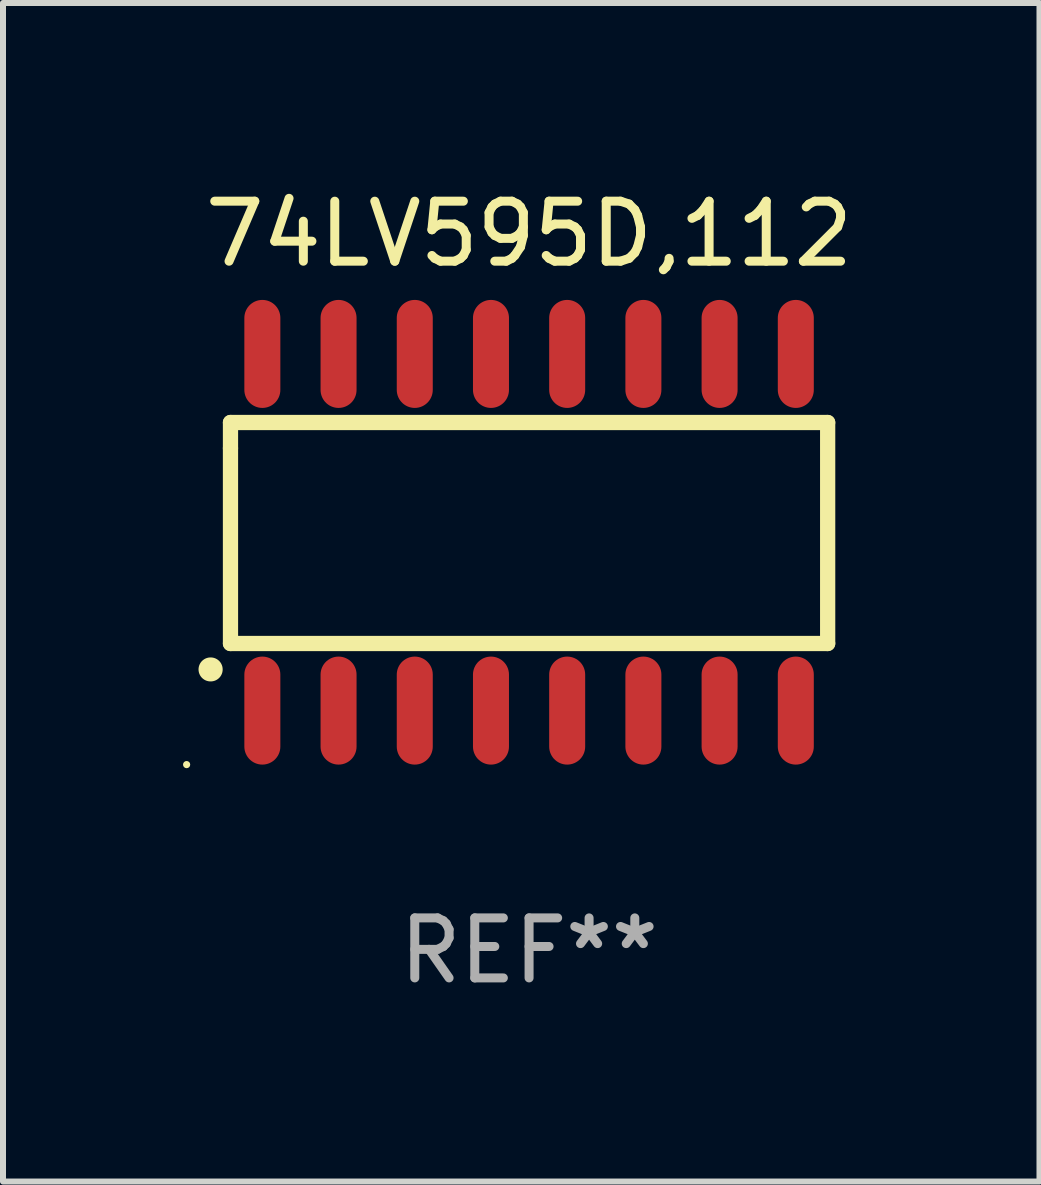
<source format=kicad_pcb>
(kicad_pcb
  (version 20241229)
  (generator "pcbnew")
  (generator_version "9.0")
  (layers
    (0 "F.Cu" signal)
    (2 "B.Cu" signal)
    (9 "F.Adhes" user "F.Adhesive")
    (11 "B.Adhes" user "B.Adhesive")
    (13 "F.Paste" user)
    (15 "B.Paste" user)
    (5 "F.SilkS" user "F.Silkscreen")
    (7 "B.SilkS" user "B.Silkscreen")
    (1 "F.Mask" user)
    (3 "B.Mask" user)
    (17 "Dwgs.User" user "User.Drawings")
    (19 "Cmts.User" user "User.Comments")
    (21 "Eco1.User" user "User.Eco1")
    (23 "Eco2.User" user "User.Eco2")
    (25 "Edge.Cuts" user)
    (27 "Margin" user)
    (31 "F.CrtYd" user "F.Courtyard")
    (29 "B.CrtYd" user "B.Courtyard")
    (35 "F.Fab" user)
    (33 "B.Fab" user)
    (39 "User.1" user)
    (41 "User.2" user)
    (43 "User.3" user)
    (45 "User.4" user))
  (footprint "74LV595D,112"
    (layer "F.Cu")
    (at 5.767 5.82)
    (property "Reference" "74LV595D,112" (at 0 -4.972 0) (layer "F.SilkS") (effects (font (size 1 1) (thickness 0.15))))
    (attr through_hole)
    (fp_line (start -4.976 -1.829) (end -4.976 -1.4) (stroke (width 0.254) (type solid)) (layer "F.SilkS"))
    (fp_line (start -4.976 -1.4) (end -4.976 1.854) (stroke (width 0.254) (type solid)) (layer "F.SilkS"))
    (fp_line (start -4.976 1.854) (end 4.976 1.854) (stroke (width 0.254) (type solid)) (layer "F.SilkS"))
    (fp_line (start 4.976 -1.829) (end -4.976 -1.829) (stroke (width 0.254) (type solid)) (layer "F.SilkS"))
    (fp_line (start 4.976 1.854) (end 4.976 -1.829) (stroke (width 0.254) (type solid)) (layer "F.SilkS"))
    (fp_arc (start -5.308611 2.286005) (mid -5.307341 2.286001) (end -5.306071 2.286005) (stroke (width 0.4) (type solid)) (layer "F.SilkS"))
    (fp_circle (center -5.707 3.872) (end -5.677 3.872) (stroke (width 0.06) (type solid)) (fill no) (layer "F.SilkS"))
    (fp_text user "REF**" (at 0 6.972 0) (layer "F.Fab") (effects (font (size 1 1) (thickness 0.15))))
    (pad "1" smd oval (at -4.445 2.972 180) (size 0.6 1.8) (layers "F.Cu" "F.Mask" "F.Paste"))
    (pad "2" smd oval (at -3.175 2.972 180) (size 0.6 1.8) (layers "F.Cu" "F.Mask" "F.Paste"))
    (pad "3" smd oval (at -1.905 2.972 180) (size 0.6 1.8) (layers "F.Cu" "F.Mask" "F.Paste"))
    (pad "4" smd oval (at -0.635 2.972 180) (size 0.6 1.8) (layers "F.Cu" "F.Mask" "F.Paste"))
    (pad "5" smd oval (at 0.635 2.972 180) (size 0.6 1.8) (layers "F.Cu" "F.Mask" "F.Paste"))
    (pad "6" smd oval (at 1.905 2.972 180) (size 0.6 1.8) (layers "F.Cu" "F.Mask" "F.Paste"))
    (pad "7" smd oval (at 3.175 2.972 180) (size 0.6 1.8) (layers "F.Cu" "F.Mask" "F.Paste"))
    (pad "8" smd oval (at 4.445 2.972 180) (size 0.6 1.8) (layers "F.Cu" "F.Mask" "F.Paste"))
    (pad "9" smd oval (at 4.445 -2.972 180) (size 0.6 1.8) (layers "F.Cu" "F.Mask" "F.Paste"))
    (pad "10" smd oval (at 3.175 -2.972 180) (size 0.6 1.8) (layers "F.Cu" "F.Mask" "F.Paste"))
    (pad "11" smd oval (at 1.905 -2.972 180) (size 0.6 1.8) (layers "F.Cu" "F.Mask" "F.Paste"))
    (pad "12" smd oval (at 0.635 -2.972 180) (size 0.6 1.8) (layers "F.Cu" "F.Mask" "F.Paste"))
    (pad "13" smd oval (at -0.635 -2.972 180) (size 0.6 1.8) (layers "F.Cu" "F.Mask" "F.Paste"))
    (pad "14" smd oval (at -1.905 -2.972 180) (size 0.6 1.8) (layers "F.Cu" "F.Mask" "F.Paste"))
    (pad "15" smd oval (at -3.175 -2.972 180) (size 0.6 1.8) (layers "F.Cu" "F.Mask" "F.Paste"))
    (pad "16" smd oval (at -4.445 -2.972 180) (size 0.6 1.8) (layers "F.Cu" "F.Mask" "F.Paste")))
  (gr_rect
    (start -3 -3)
    (end 14.273 16.64)
    (stroke (width 0.1) (type default))
    (fill no)
    (layer "Edge.Cuts")))
</source>
